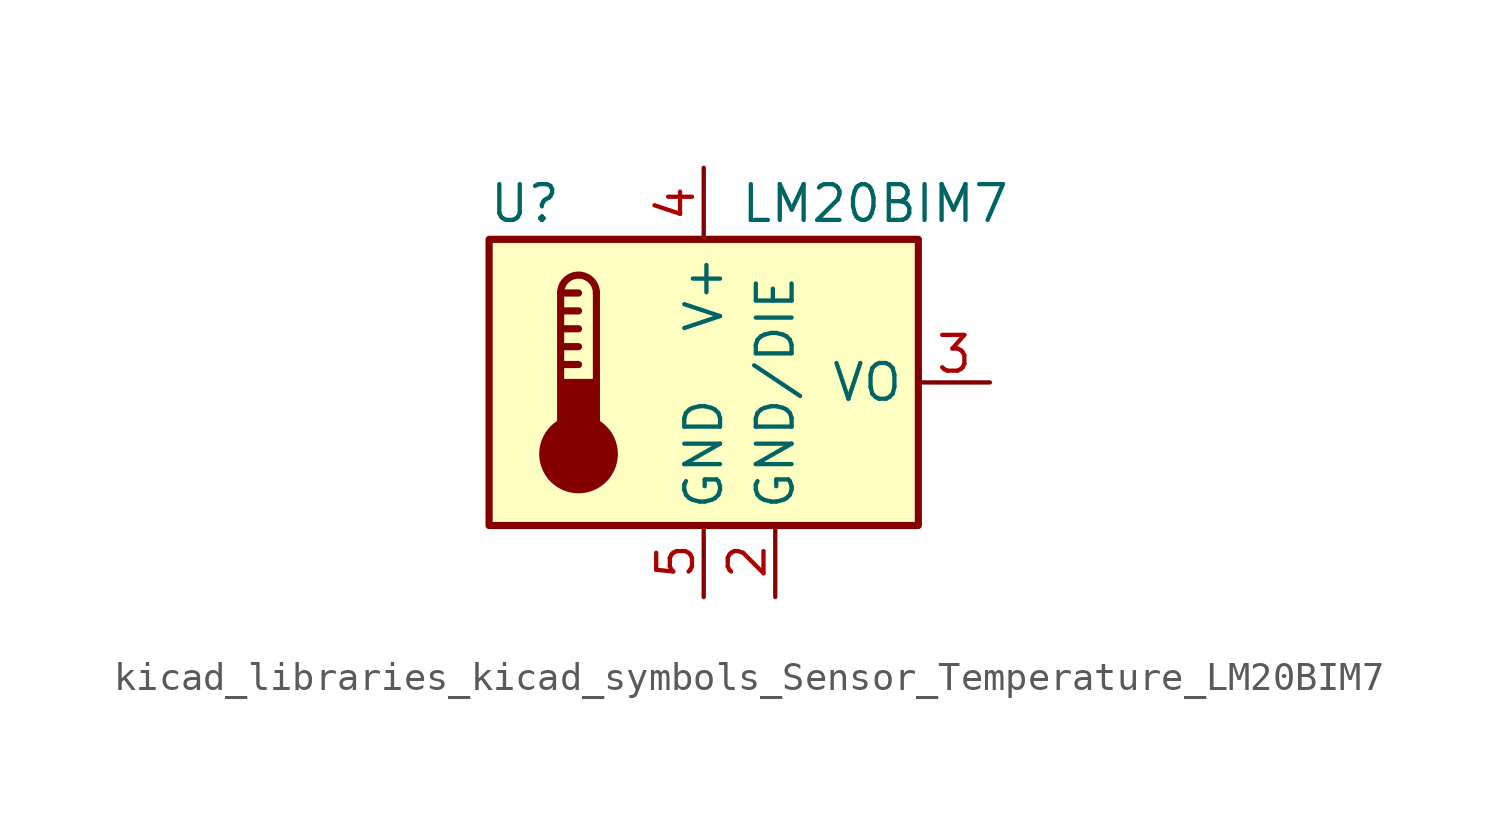
<source format=kicad_sym>
(kicad_symbol_lib
  (version 20220914)
  (generator kicad_symbol_editor)
  (symbol "kicad_libraries_kicad_symbols_Sensor_Temperature_LM20BIM7"
    (property "Reference" "U"
      (at -6.35 6.35 0)
      (effects (font (size 1.27 1.27))))
    (property "Value" "LM20BIM7"
      (at 1.27 6.35 0)
      (effects (font (size 1.27 1.27)) (justify left)))
    (symbol "kicad_libraries_kicad_symbols_Sensor_Temperature_LM20BIM7_0_1"
      (rectangle (start -7.62 5.08) (end 7.62 -5.08) (stroke (width 0.254) (type default)) (fill (type background)))
      (circle (center -4.445 -2.54) (radius 1.27) (stroke (width 0.254) (type default)) (fill (type outline)))
      (rectangle (start -3.81 -1.905) (end -5.08 0) (stroke (width 0.254) (type default)) (fill (type outline)))
      (arc (start -3.81 3.175) (mid -4.445 3.8073) (end -5.08 3.175) (stroke (width 0.254) (type default)) (fill (type none)))
      (polyline (pts (xy -5.08 0.635) (xy -4.445 0.635)) (stroke (width 0.254) (type default)) (fill (type none)))
      (polyline (pts (xy -5.08 1.27) (xy -4.445 1.27)) (stroke (width 0.254) (type default)) (fill (type none)))
      (polyline (pts (xy -5.08 1.905) (xy -4.445 1.905)) (stroke (width 0.254) (type default)) (fill (type none)))
      (polyline (pts (xy -5.08 2.54) (xy -4.445 2.54)) (stroke (width 0.254) (type default)) (fill (type none)))
      (polyline (pts (xy -5.08 3.175) (xy -5.08 0)) (stroke (width 0.254) (type default)) (fill (type none)))
      (polyline (pts (xy -5.08 3.175) (xy -4.445 3.175)) (stroke (width 0.254) (type default)) (fill (type none)))
      (polyline (pts (xy -3.81 3.175) (xy -3.81 0)) (stroke (width 0.254) (type default)) (fill (type none))))
    (symbol "kicad_libraries_kicad_symbols_Sensor_Temperature_LM20BIM7_1_1"
      (pin no_connect line (at 5.08 -5.08 90) (length 2.54) hide (name "NC" (effects (font (size 1.27 1.27)))) (number "1" (effects (font (size 1.27 1.27)))))
      (pin passive line (at 2.54 -7.62 90) (length 2.54) (name "GND/DIE" (effects (font (size 1.27 1.27)))) (number "2" (effects (font (size 1.27 1.27)))))
      (pin output line (at 10.16 0 180) (length 2.54) (name "VO" (effects (font (size 1.27 1.27)))) (number "3" (effects (font (size 1.27 1.27)))))
      (pin power_in line (at 0 7.62 270) (length 2.54) (name "V+" (effects (font (size 1.27 1.27)))) (number "4" (effects (font (size 1.27 1.27)))))
      (pin power_in line (at 0 -7.62 90) (length 2.54) (name "GND" (effects (font (size 1.27 1.27)))) (number "5" (effects (font (size 1.27 1.27))))))))
</source>
